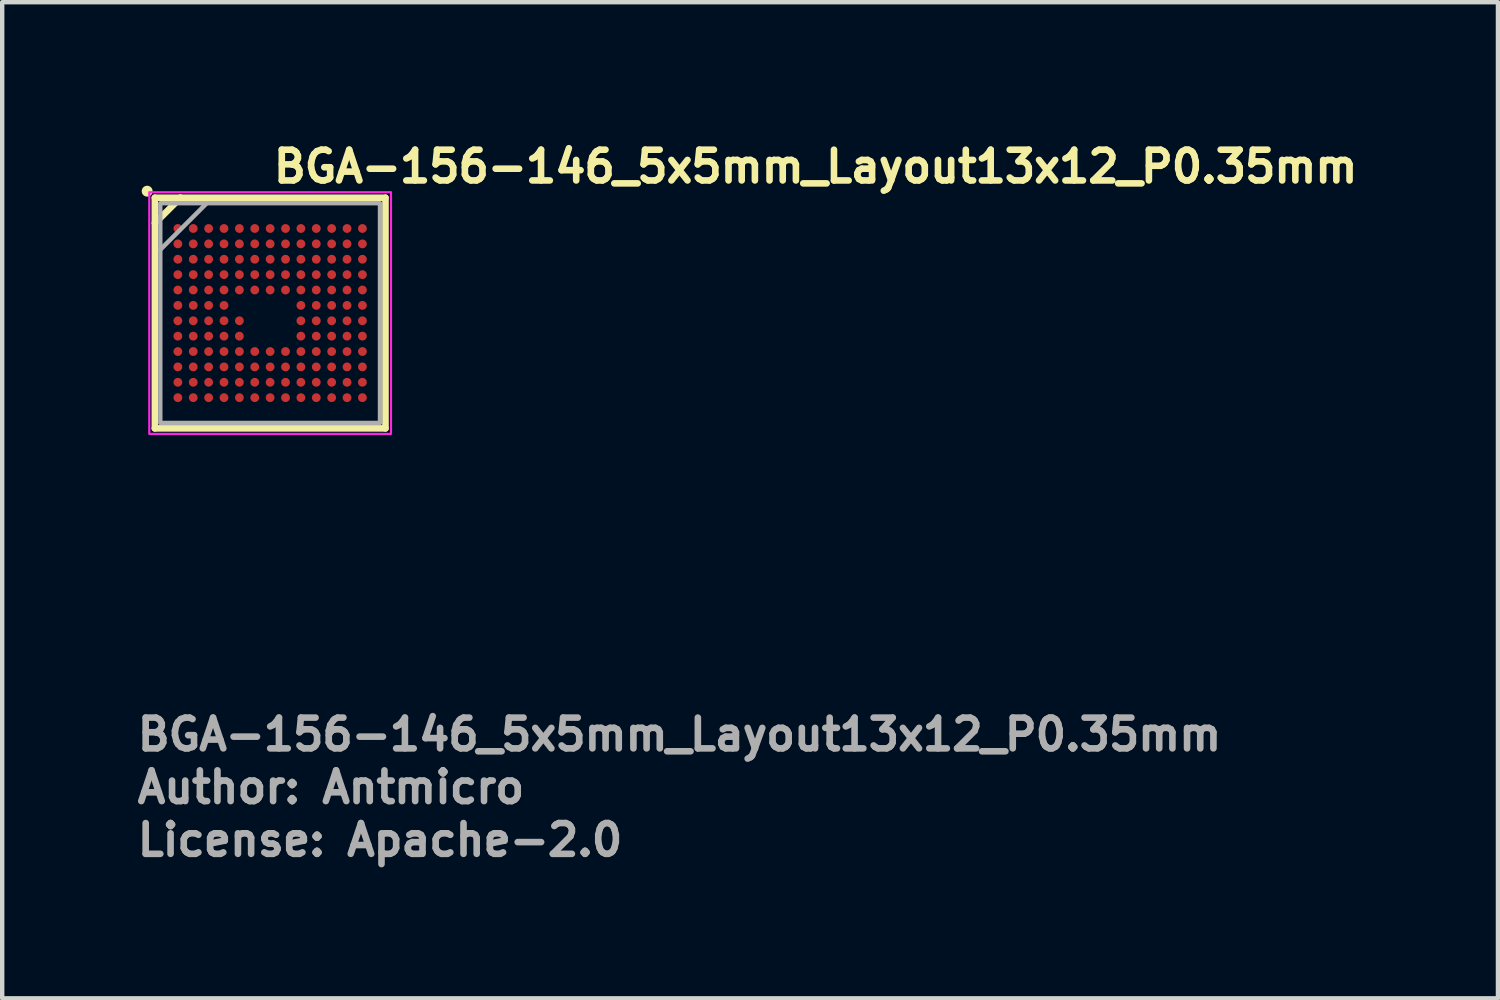
<source format=kicad_pcb>
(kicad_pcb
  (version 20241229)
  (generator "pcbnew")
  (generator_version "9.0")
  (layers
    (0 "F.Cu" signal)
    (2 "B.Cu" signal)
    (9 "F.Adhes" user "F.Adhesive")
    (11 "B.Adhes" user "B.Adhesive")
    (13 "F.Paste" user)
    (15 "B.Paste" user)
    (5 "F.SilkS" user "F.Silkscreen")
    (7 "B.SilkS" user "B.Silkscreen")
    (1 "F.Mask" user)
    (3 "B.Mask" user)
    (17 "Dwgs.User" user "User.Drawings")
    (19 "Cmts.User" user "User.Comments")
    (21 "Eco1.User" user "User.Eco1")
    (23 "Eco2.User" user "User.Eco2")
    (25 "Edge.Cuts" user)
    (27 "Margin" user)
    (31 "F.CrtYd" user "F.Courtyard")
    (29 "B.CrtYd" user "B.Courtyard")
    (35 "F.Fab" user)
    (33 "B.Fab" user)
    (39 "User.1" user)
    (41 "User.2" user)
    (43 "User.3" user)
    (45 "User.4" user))
  (footprint "BGA-156-146_5x5mm_Layout13x12_P0.35mm"
    (layer "F.Cu")
    (at 3.098 4.075)
    (property "Reference" "BGA-156-146_5x5mm_Layout13x12_P0.35mm" (at 0 -2.925 0) (unlocked yes) (layer "F.SilkS") (effects (font (size 0.7 0.7) (thickness 0.15)) (justify left bottom)))
    (attr smd)
    (fp_line (start -2.624 2.624) (end -2.624 -2.625) (stroke (width 0.15) (type solid)) (layer "F.SilkS"))
    (fp_line (start -2.615 -2.051) (end -2.624 -2.051) (stroke (width 0.15) (type solid)) (layer "F.SilkS"))
    (fp_line (start -2.615 -2.051) (end -2.04 -2.625) (stroke (width 0.15) (type solid)) (layer "F.SilkS"))
    (fp_line (start -2.04 -2.625) (end -2.048 -2.625) (stroke (width 0.15) (type solid)) (layer "F.SilkS"))
    (fp_line (start 2.625 -2.625) (end -2.624 -2.625) (stroke (width 0.15) (type solid)) (layer "F.SilkS"))
    (fp_line (start 2.625 2.624) (end -2.624 2.624) (stroke (width 0.15) (type solid)) (layer "F.SilkS"))
    (fp_line (start 2.625 2.624) (end 2.625 -2.625) (stroke (width 0.15) (type solid)) (layer "F.SilkS"))
    (fp_circle (center -2.799 -2.774) (end -2.75 -2.774) (stroke (width 0.15) (type solid)) (fill yes) (layer "F.SilkS"))
    (fp_rect (start -2.75 -2.75) (end 2.75 2.75) (stroke (width 0.05) (type solid)) (fill no) (layer "F.CrtYd"))
    (fp_line (start -2.5 -1.443) (end -1.446 -2.497) (stroke (width 0.102) (type solid)) (layer "F.Fab"))
    (fp_rect (start -2.5 -2.5) (end 2.5 2.5) (stroke (width 0.1) (type solid)) (fill no) (layer "F.Fab"))
    (fp_line (start -2.5 2.5) (end -2.5 0) (stroke (width 0.102) (type solid)) (layer "User.1"))
    (fp_line (start -2.275 -2.499) (end -2.282 -2.499) (stroke (width 0.102) (type solid)) (layer "User.1"))
    (fp_line (start 0 2.5) (end -2.5 2.5) (stroke (width 0.102) (type solid)) (layer "User.1"))
    (fp_rect (start -2.5 -2.5) (end 2.5 2.5) (stroke (width 0.1) (type solid)) (fill no) (layer "User.5"))
    (fp_line (start -2.5 -2.5) (end 2.5 -2.5) (stroke (width 0.02) (type solid)) (layer "User.9"))
    (fp_line (start -2.5 2.5) (end -2.5 -2.5) (stroke (width 0.02) (type solid)) (layer "User.9"))
    (fp_line (start -2.5 2.5) (end 2.5 2.5) (stroke (width 0.02) (type solid)) (layer "User.9"))
    (fp_line (start 2.5 2.5) (end 2.5 -2.5) (stroke (width 0.02) (type solid)) (layer "User.9"))
    (fp_text user "${REFERENCE}" (at -3.098 10 0) (unlocked yes) (layer "F.Fab") (effects (font (size 0.7 0.7) (thickness 0.15)) (justify left bottom)))
    (fp_text user "Author: Antmicro" (at -3.098 11.2 0) (layer "F.Fab") (effects (font (size 0.7 0.7) (thickness 0.15)) (justify left bottom)))
    (fp_text user "License: Apache-2.0" (at -3.098 12.4 0) (layer "F.Fab") (effects (font (size 0.7 0.7) (thickness 0.15)) (justify left bottom)))
    (pad "A1" smd circle (at -2.1 -1.925) (size 0.2 0.2) (layers "F.Cu" "F.Mask" "F.Paste"))
    (pad "A2" smd circle (at -1.75 -1.925) (size 0.2 0.2) (layers "F.Cu" "F.Mask" "F.Paste"))
    (pad "A3" smd circle (at -1.4 -1.925) (size 0.2 0.2) (layers "F.Cu" "F.Mask" "F.Paste"))
    (pad "A4" smd circle (at -1.05 -1.925) (size 0.2 0.2) (layers "F.Cu" "F.Mask" "F.Paste"))
    (pad "A5" smd circle (at -0.7 -1.925) (size 0.2 0.2) (layers "F.Cu" "F.Mask" "F.Paste"))
    (pad "A6" smd circle (at -0.35 -1.925) (size 0.2 0.2) (layers "F.Cu" "F.Mask" "F.Paste"))
    (pad "A7" smd circle (at 0 -1.925) (size 0.2 0.2) (layers "F.Cu" "F.Mask" "F.Paste"))
    (pad "A8" smd circle (at 0.35 -1.925) (size 0.2 0.2) (layers "F.Cu" "F.Mask" "F.Paste"))
    (pad "A9" smd circle (at 0.7 -1.925) (size 0.2 0.2) (layers "F.Cu" "F.Mask" "F.Paste"))
    (pad "A10" smd circle (at 1.05 -1.925) (size 0.2 0.2) (layers "F.Cu" "F.Mask" "F.Paste"))
    (pad "A11" smd circle (at 1.4 -1.925) (size 0.2 0.2) (layers "F.Cu" "F.Mask" "F.Paste"))
    (pad "A12" smd circle (at 1.75 -1.925) (size 0.2 0.2) (layers "F.Cu" "F.Mask" "F.Paste"))
    (pad "A13" smd circle (at 2.1 -1.925) (size 0.2 0.2) (layers "F.Cu" "F.Mask" "F.Paste"))
    (pad "B1" smd circle (at -2.1 -1.575) (size 0.2 0.2) (layers "F.Cu" "F.Mask" "F.Paste"))
    (pad "B2" smd circle (at -1.75 -1.575) (size 0.2 0.2) (layers "F.Cu" "F.Mask" "F.Paste"))
    (pad "B3" smd circle (at -1.4 -1.575) (size 0.2 0.2) (layers "F.Cu" "F.Mask" "F.Paste"))
    (pad "B4" smd circle (at -1.05 -1.575) (size 0.2 0.2) (layers "F.Cu" "F.Mask" "F.Paste"))
    (pad "B5" smd circle (at -0.7 -1.575) (size 0.2 0.2) (layers "F.Cu" "F.Mask" "F.Paste"))
    (pad "B6" smd circle (at -0.35 -1.575) (size 0.2 0.2) (layers "F.Cu" "F.Mask" "F.Paste"))
    (pad "B7" smd circle (at 0 -1.575) (size 0.2 0.2) (layers "F.Cu" "F.Mask" "F.Paste"))
    (pad "B8" smd circle (at 0.35 -1.575) (size 0.2 0.2) (layers "F.Cu" "F.Mask" "F.Paste"))
    (pad "B9" smd circle (at 0.7 -1.575) (size 0.2 0.2) (layers "F.Cu" "F.Mask" "F.Paste"))
    (pad "B10" smd circle (at 1.05 -1.575) (size 0.2 0.2) (layers "F.Cu" "F.Mask" "F.Paste"))
    (pad "B11" smd circle (at 1.4 -1.575) (size 0.2 0.2) (layers "F.Cu" "F.Mask" "F.Paste"))
    (pad "B12" smd circle (at 1.75 -1.575) (size 0.2 0.2) (layers "F.Cu" "F.Mask" "F.Paste"))
    (pad "B13" smd circle (at 2.1 -1.575) (size 0.2 0.2) (layers "F.Cu" "F.Mask" "F.Paste"))
    (pad "C1" smd circle (at -2.1 -1.225) (size 0.2 0.2) (layers "F.Cu" "F.Mask" "F.Paste"))
    (pad "C2" smd circle (at -1.75 -1.225) (size 0.2 0.2) (layers "F.Cu" "F.Mask" "F.Paste"))
    (pad "C3" smd circle (at -1.4 -1.225) (size 0.2 0.2) (layers "F.Cu" "F.Mask" "F.Paste"))
    (pad "C4" smd circle (at -1.05 -1.225) (size 0.2 0.2) (layers "F.Cu" "F.Mask" "F.Paste"))
    (pad "C5" smd circle (at -0.7 -1.225) (size 0.2 0.2) (layers "F.Cu" "F.Mask" "F.Paste"))
    (pad "C6" smd circle (at -0.35 -1.225) (size 0.2 0.2) (layers "F.Cu" "F.Mask" "F.Paste"))
    (pad "C7" smd circle (at 0 -1.225) (size 0.2 0.2) (layers "F.Cu" "F.Mask" "F.Paste"))
    (pad "C8" smd circle (at 0.35 -1.225) (size 0.2 0.2) (layers "F.Cu" "F.Mask" "F.Paste"))
    (pad "C9" smd circle (at 0.7 -1.225) (size 0.2 0.2) (layers "F.Cu" "F.Mask" "F.Paste"))
    (pad "C10" smd circle (at 1.05 -1.225) (size 0.2 0.2) (layers "F.Cu" "F.Mask" "F.Paste"))
    (pad "C11" smd circle (at 1.4 -1.225) (size 0.2 0.2) (layers "F.Cu" "F.Mask" "F.Paste"))
    (pad "C12" smd circle (at 1.75 -1.225) (size 0.2 0.2) (layers "F.Cu" "F.Mask" "F.Paste"))
    (pad "C13" smd circle (at 2.1 -1.225) (size 0.2 0.2) (layers "F.Cu" "F.Mask" "F.Paste"))
    (pad "D1" smd circle (at -2.1 -0.875) (size 0.2 0.2) (layers "F.Cu" "F.Mask" "F.Paste"))
    (pad "D2" smd circle (at -1.75 -0.875) (size 0.2 0.2) (layers "F.Cu" "F.Mask" "F.Paste"))
    (pad "D3" smd circle (at -1.4 -0.875) (size 0.2 0.2) (layers "F.Cu" "F.Mask" "F.Paste"))
    (pad "D4" smd circle (at -1.05 -0.875) (size 0.2 0.2) (layers "F.Cu" "F.Mask" "F.Paste"))
    (pad "D5" smd circle (at -0.7 -0.875) (size 0.2 0.2) (layers "F.Cu" "F.Mask" "F.Paste"))
    (pad "D6" smd circle (at -0.35 -0.875) (size 0.2 0.2) (layers "F.Cu" "F.Mask" "F.Paste"))
    (pad "D7" smd circle (at 0 -0.875) (size 0.2 0.2) (layers "F.Cu" "F.Mask" "F.Paste"))
    (pad "D8" smd circle (at 0.35 -0.875) (size 0.2 0.2) (layers "F.Cu" "F.Mask" "F.Paste"))
    (pad "D9" smd circle (at 0.7 -0.875) (size 0.2 0.2) (layers "F.Cu" "F.Mask" "F.Paste"))
    (pad "D10" smd circle (at 1.05 -0.875) (size 0.2 0.2) (layers "F.Cu" "F.Mask" "F.Paste"))
    (pad "D11" smd circle (at 1.4 -0.875) (size 0.2 0.2) (layers "F.Cu" "F.Mask" "F.Paste"))
    (pad "D12" smd circle (at 1.75 -0.875) (size 0.2 0.2) (layers "F.Cu" "F.Mask" "F.Paste"))
    (pad "D13" smd circle (at 2.1 -0.875) (size 0.2 0.2) (layers "F.Cu" "F.Mask" "F.Paste"))
    (pad "E1" smd circle (at -2.1 -0.525) (size 0.2 0.2) (layers "F.Cu" "F.Mask" "F.Paste"))
    (pad "E2" smd circle (at -1.75 -0.525) (size 0.2 0.2) (layers "F.Cu" "F.Mask" "F.Paste"))
    (pad "E3" smd circle (at -1.4 -0.525) (size 0.2 0.2) (layers "F.Cu" "F.Mask" "F.Paste"))
    (pad "E4" smd circle (at -1.05 -0.525) (size 0.2 0.2) (layers "F.Cu" "F.Mask" "F.Paste"))
    (pad "E5" smd circle (at -0.7 -0.525) (size 0.2 0.2) (layers "F.Cu" "F.Mask" "F.Paste"))
    (pad "E6" smd circle (at -0.35 -0.525) (size 0.2 0.2) (layers "F.Cu" "F.Mask" "F.Paste"))
    (pad "E7" smd circle (at 0 -0.525) (size 0.2 0.2) (layers "F.Cu" "F.Mask" "F.Paste"))
    (pad "E8" smd circle (at 0.35 -0.525) (size 0.2 0.2) (layers "F.Cu" "F.Mask" "F.Paste"))
    (pad "E9" smd circle (at 0.7 -0.525) (size 0.2 0.2) (layers "F.Cu" "F.Mask" "F.Paste"))
    (pad "E10" smd circle (at 1.05 -0.525) (size 0.2 0.2) (layers "F.Cu" "F.Mask" "F.Paste"))
    (pad "E11" smd circle (at 1.4 -0.525) (size 0.2 0.2) (layers "F.Cu" "F.Mask" "F.Paste"))
    (pad "E12" smd circle (at 1.75 -0.525) (size 0.2 0.2) (layers "F.Cu" "F.Mask" "F.Paste"))
    (pad "E13" smd circle (at 2.1 -0.525) (size 0.2 0.2) (layers "F.Cu" "F.Mask" "F.Paste"))
    (pad "F1" smd circle (at -2.1 -0.175) (size 0.2 0.2) (layers "F.Cu" "F.Mask" "F.Paste"))
    (pad "F2" smd circle (at -1.75 -0.175) (size 0.2 0.2) (layers "F.Cu" "F.Mask" "F.Paste"))
    (pad "F3" smd circle (at -1.4 -0.175) (size 0.2 0.2) (layers "F.Cu" "F.Mask" "F.Paste"))
    (pad "F4" smd circle (at -1.05 -0.175) (size 0.2 0.2) (layers "F.Cu" "F.Mask" "F.Paste"))
    (pad "F9" smd circle (at 0.7 -0.175) (size 0.2 0.2) (layers "F.Cu" "F.Mask" "F.Paste"))
    (pad "F10" smd circle (at 1.05 -0.175) (size 0.2 0.2) (layers "F.Cu" "F.Mask" "F.Paste"))
    (pad "F11" smd circle (at 1.4 -0.175) (size 0.2 0.2) (layers "F.Cu" "F.Mask" "F.Paste"))
    (pad "F12" smd circle (at 1.75 -0.175) (size 0.2 0.2) (layers "F.Cu" "F.Mask" "F.Paste"))
    (pad "F13" smd circle (at 2.1 -0.175) (size 0.2 0.2) (layers "F.Cu" "F.Mask" "F.Paste"))
    (pad "G1" smd circle (at -2.1 0.175) (size 0.2 0.2) (layers "F.Cu" "F.Mask" "F.Paste"))
    (pad "G2" smd circle (at -1.75 0.175) (size 0.2 0.2) (layers "F.Cu" "F.Mask" "F.Paste"))
    (pad "G3" smd circle (at -1.4 0.175) (size 0.2 0.2) (layers "F.Cu" "F.Mask" "F.Paste"))
    (pad "G4" smd circle (at -1.05 0.175) (size 0.2 0.2) (layers "F.Cu" "F.Mask" "F.Paste"))
    (pad "G5" smd circle (at -0.7 0.175) (size 0.2 0.2) (layers "F.Cu" "F.Mask" "F.Paste"))
    (pad "G9" smd circle (at 0.7 0.175) (size 0.2 0.2) (layers "F.Cu" "F.Mask" "F.Paste"))
    (pad "G10" smd circle (at 1.05 0.175) (size 0.2 0.2) (layers "F.Cu" "F.Mask" "F.Paste"))
    (pad "G11" smd circle (at 1.4 0.175) (size 0.2 0.2) (layers "F.Cu" "F.Mask" "F.Paste"))
    (pad "G12" smd circle (at 1.75 0.175) (size 0.2 0.2) (layers "F.Cu" "F.Mask" "F.Paste"))
    (pad "G13" smd circle (at 2.1 0.175) (size 0.2 0.2) (layers "F.Cu" "F.Mask" "F.Paste"))
    (pad "H1" smd circle (at -2.1 0.525) (size 0.2 0.2) (layers "F.Cu" "F.Mask" "F.Paste"))
    (pad "H2" smd circle (at -1.75 0.525) (size 0.2 0.2) (layers "F.Cu" "F.Mask" "F.Paste"))
    (pad "H3" smd circle (at -1.4 0.525) (size 0.2 0.2) (layers "F.Cu" "F.Mask" "F.Paste"))
    (pad "H4" smd circle (at -1.05 0.525) (size 0.2 0.2) (layers "F.Cu" "F.Mask" "F.Paste"))
    (pad "H5" smd circle (at -0.7 0.525) (size 0.2 0.2) (layers "F.Cu" "F.Mask" "F.Paste"))
    (pad "H9" smd circle (at 0.7 0.525) (size 0.2 0.2) (layers "F.Cu" "F.Mask" "F.Paste"))
    (pad "H10" smd circle (at 1.05 0.525) (size 0.2 0.2) (layers "F.Cu" "F.Mask" "F.Paste"))
    (pad "H11" smd circle (at 1.4 0.525) (size 0.2 0.2) (layers "F.Cu" "F.Mask" "F.Paste"))
    (pad "H12" smd circle (at 1.75 0.525) (size 0.2 0.2) (layers "F.Cu" "F.Mask" "F.Paste"))
    (pad "H13" smd circle (at 2.1 0.525) (size 0.2 0.2) (layers "F.Cu" "F.Mask" "F.Paste"))
    (pad "J1" smd circle (at -2.1 0.875) (size 0.2 0.2) (layers "F.Cu" "F.Mask" "F.Paste"))
    (pad "J2" smd circle (at -1.75 0.875) (size 0.2 0.2) (layers "F.Cu" "F.Mask" "F.Paste"))
    (pad "J3" smd circle (at -1.4 0.875) (size 0.2 0.2) (layers "F.Cu" "F.Mask" "F.Paste"))
    (pad "J4" smd circle (at -1.05 0.875) (size 0.2 0.2) (layers "F.Cu" "F.Mask" "F.Paste"))
    (pad "J5" smd circle (at -0.7 0.875) (size 0.2 0.2) (layers "F.Cu" "F.Mask" "F.Paste"))
    (pad "J6" smd circle (at -0.35 0.875) (size 0.2 0.2) (layers "F.Cu" "F.Mask" "F.Paste"))
    (pad "J7" smd circle (at 0 0.875) (size 0.2 0.2) (layers "F.Cu" "F.Mask" "F.Paste"))
    (pad "J8" smd circle (at 0.35 0.875) (size 0.2 0.2) (layers "F.Cu" "F.Mask" "F.Paste"))
    (pad "J9" smd circle (at 0.7 0.875) (size 0.2 0.2) (layers "F.Cu" "F.Mask" "F.Paste"))
    (pad "J10" smd circle (at 1.05 0.875) (size 0.2 0.2) (layers "F.Cu" "F.Mask" "F.Paste"))
    (pad "J11" smd circle (at 1.4 0.875) (size 0.2 0.2) (layers "F.Cu" "F.Mask" "F.Paste"))
    (pad "J12" smd circle (at 1.75 0.875) (size 0.2 0.2) (layers "F.Cu" "F.Mask" "F.Paste"))
    (pad "J13" smd circle (at 2.1 0.875) (size 0.2 0.2) (layers "F.Cu" "F.Mask" "F.Paste"))
    (pad "K1" smd circle (at -2.1 1.225) (size 0.2 0.2) (layers "F.Cu" "F.Mask" "F.Paste"))
    (pad "K2" smd circle (at -1.75 1.225) (size 0.2 0.2) (layers "F.Cu" "F.Mask" "F.Paste"))
    (pad "K3" smd circle (at -1.4 1.225) (size 0.2 0.2) (layers "F.Cu" "F.Mask" "F.Paste"))
    (pad "K4" smd circle (at -1.05 1.225) (size 0.2 0.2) (layers "F.Cu" "F.Mask" "F.Paste"))
    (pad "K5" smd circle (at -0.7 1.225) (size 0.2 0.2) (layers "F.Cu" "F.Mask" "F.Paste"))
    (pad "K6" smd circle (at -0.35 1.225) (size 0.2 0.2) (layers "F.Cu" "F.Mask" "F.Paste"))
    (pad "K7" smd circle (at 0 1.225) (size 0.2 0.2) (layers "F.Cu" "F.Mask" "F.Paste"))
    (pad "K8" smd circle (at 0.35 1.225) (size 0.2 0.2) (layers "F.Cu" "F.Mask" "F.Paste"))
    (pad "K9" smd circle (at 0.7 1.225) (size 0.2 0.2) (layers "F.Cu" "F.Mask" "F.Paste"))
    (pad "K10" smd circle (at 1.05 1.225) (size 0.2 0.2) (layers "F.Cu" "F.Mask" "F.Paste"))
    (pad "K11" smd circle (at 1.4 1.225) (size 0.2 0.2) (layers "F.Cu" "F.Mask" "F.Paste"))
    (pad "K12" smd circle (at 1.75 1.225) (size 0.2 0.2) (layers "F.Cu" "F.Mask" "F.Paste"))
    (pad "K13" smd circle (at 2.1 1.225) (size 0.2 0.2) (layers "F.Cu" "F.Mask" "F.Paste"))
    (pad "L1" smd circle (at -2.1 1.575) (size 0.2 0.2) (layers "F.Cu" "F.Mask" "F.Paste"))
    (pad "L2" smd circle (at -1.75 1.575) (size 0.2 0.2) (layers "F.Cu" "F.Mask" "F.Paste"))
    (pad "L3" smd circle (at -1.4 1.575) (size 0.2 0.2) (layers "F.Cu" "F.Mask" "F.Paste"))
    (pad "L4" smd circle (at -1.05 1.575) (size 0.2 0.2) (layers "F.Cu" "F.Mask" "F.Paste"))
    (pad "L5" smd circle (at -0.7 1.575) (size 0.2 0.2) (layers "F.Cu" "F.Mask" "F.Paste"))
    (pad "L6" smd circle (at -0.35 1.575) (size 0.2 0.2) (layers "F.Cu" "F.Mask" "F.Paste"))
    (pad "L7" smd circle (at 0 1.575) (size 0.2 0.2) (layers "F.Cu" "F.Mask" "F.Paste"))
    (pad "L8" smd circle (at 0.35 1.575) (size 0.2 0.2) (layers "F.Cu" "F.Mask" "F.Paste"))
    (pad "L9" smd circle (at 0.7 1.575) (size 0.2 0.2) (layers "F.Cu" "F.Mask" "F.Paste"))
    (pad "L10" smd circle (at 1.05 1.575) (size 0.2 0.2) (layers "F.Cu" "F.Mask" "F.Paste"))
    (pad "L11" smd circle (at 1.4 1.575) (size 0.2 0.2) (layers "F.Cu" "F.Mask" "F.Paste"))
    (pad "L12" smd circle (at 1.75 1.575) (size 0.2 0.2) (layers "F.Cu" "F.Mask" "F.Paste"))
    (pad "L13" smd circle (at 2.1 1.575) (size 0.2 0.2) (layers "F.Cu" "F.Mask" "F.Paste"))
    (pad "M1" smd circle (at -2.1 1.925) (size 0.2 0.2) (layers "F.Cu" "F.Mask" "F.Paste"))
    (pad "M2" smd circle (at -1.75 1.925) (size 0.2 0.2) (layers "F.Cu" "F.Mask" "F.Paste"))
    (pad "M3" smd circle (at -1.4 1.925) (size 0.2 0.2) (layers "F.Cu" "F.Mask" "F.Paste"))
    (pad "M4" smd circle (at -1.05 1.925) (size 0.2 0.2) (layers "F.Cu" "F.Mask" "F.Paste"))
    (pad "M5" smd circle (at -0.7 1.925) (size 0.2 0.2) (layers "F.Cu" "F.Mask" "F.Paste"))
    (pad "M6" smd circle (at -0.35 1.925) (size 0.2 0.2) (layers "F.Cu" "F.Mask" "F.Paste"))
    (pad "M7" smd circle (at 0 1.925) (size 0.2 0.2) (layers "F.Cu" "F.Mask" "F.Paste"))
    (pad "M8" smd circle (at 0.35 1.925) (size 0.2 0.2) (layers "F.Cu" "F.Mask" "F.Paste"))
    (pad "M9" smd circle (at 0.7 1.925) (size 0.2 0.2) (layers "F.Cu" "F.Mask" "F.Paste"))
    (pad "M10" smd circle (at 1.05 1.925) (size 0.2 0.2) (layers "F.Cu" "F.Mask" "F.Paste"))
    (pad "M11" smd circle (at 1.4 1.925) (size 0.2 0.2) (layers "F.Cu" "F.Mask" "F.Paste"))
    (pad "M12" smd circle (at 1.75 1.925) (size 0.2 0.2) (layers "F.Cu" "F.Mask" "F.Paste"))
    (pad "M13" smd circle (at 2.1 1.925) (size 0.2 0.2) (layers "F.Cu" "F.Mask" "F.Paste")))
  (gr_rect
    (start -3 -3)
    (end 31.041 19.671)
    (stroke (width 0.1) (type default))
    (fill no)
    (layer "Edge.Cuts")))
</source>
